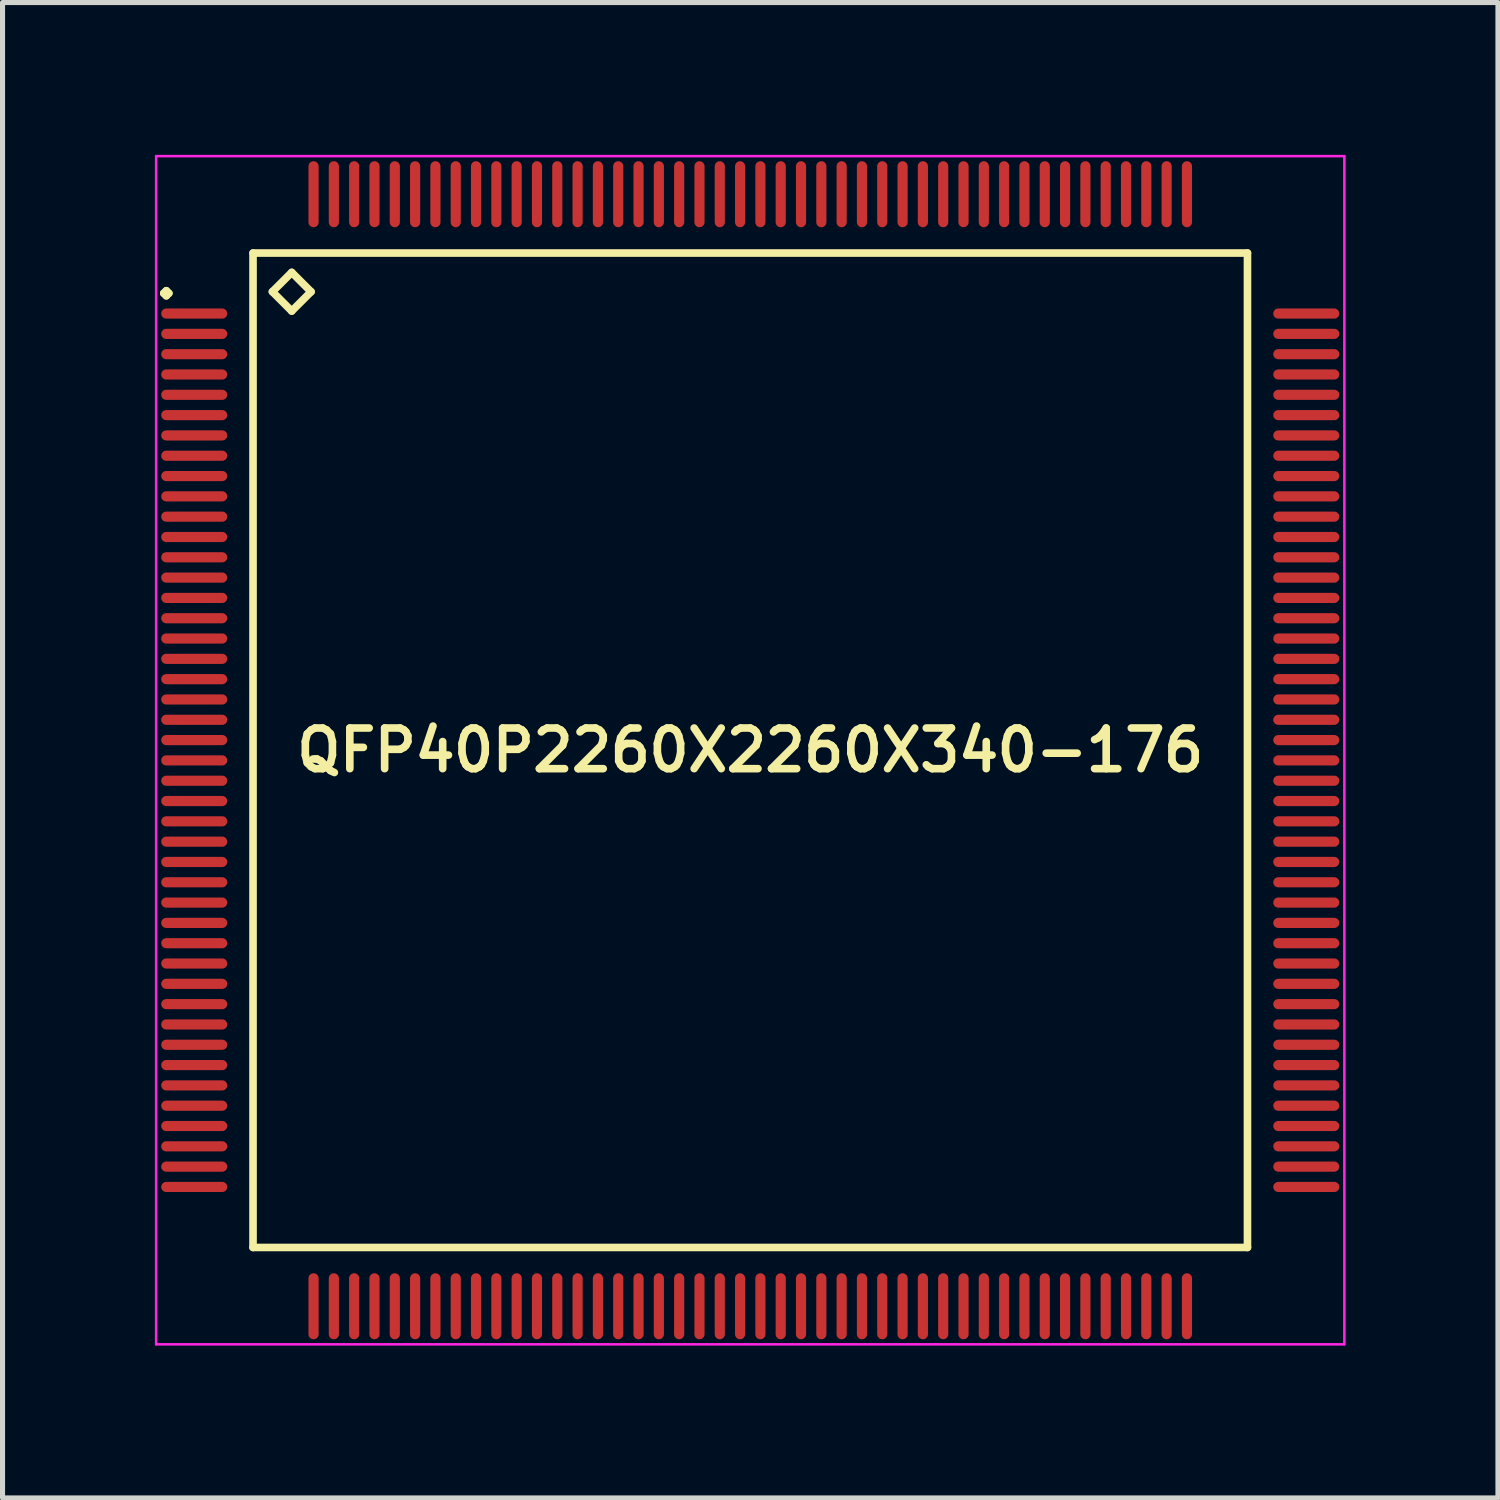
<source format=kicad_pcb>
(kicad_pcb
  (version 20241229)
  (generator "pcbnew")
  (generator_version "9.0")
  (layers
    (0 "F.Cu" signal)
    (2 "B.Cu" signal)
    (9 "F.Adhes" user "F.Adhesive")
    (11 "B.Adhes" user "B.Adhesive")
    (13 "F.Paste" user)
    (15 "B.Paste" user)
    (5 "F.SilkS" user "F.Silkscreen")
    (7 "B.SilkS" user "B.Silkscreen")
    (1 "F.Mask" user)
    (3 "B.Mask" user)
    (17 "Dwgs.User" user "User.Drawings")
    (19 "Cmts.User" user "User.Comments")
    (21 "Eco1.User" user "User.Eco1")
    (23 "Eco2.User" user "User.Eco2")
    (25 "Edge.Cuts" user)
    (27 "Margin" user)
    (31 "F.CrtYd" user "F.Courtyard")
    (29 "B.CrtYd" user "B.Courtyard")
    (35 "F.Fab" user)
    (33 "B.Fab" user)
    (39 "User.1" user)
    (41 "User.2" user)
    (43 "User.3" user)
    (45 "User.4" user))
  (footprint "QFP40P2260X2260X340-176"
    (layer "F.Cu")
    (at 11.725 11.725)
    (property "Reference" "QFP40P2260X2260X340-176" (at 0 0 0) (layer "F.SilkS") (effects (font (size 0.8 0.8) (thickness 0.15))))
    (attr smd)
    (fp_line (start -11.55 -9) (end -11.5 -9.05) (stroke (width 0.15) (type solid)) (layer "F.SilkS"))
    (fp_line (start -11.5 -9.05) (end -11.45 -9) (stroke (width 0.15) (type solid)) (layer "F.SilkS"))
    (fp_line (start -11.5 -8.95) (end -11.55 -9) (stroke (width 0.15) (type solid)) (layer "F.SilkS"))
    (fp_line (start -11.45 -9) (end -11.5 -8.95) (stroke (width 0.15) (type solid)) (layer "F.SilkS"))
    (fp_line (start -9.792 -9.792) (end -9.792 9.792) (stroke (width 0.15) (type solid)) (layer "F.SilkS"))
    (fp_line (start -9.792 9.792) (end 9.792 9.792) (stroke (width 0.15) (type solid)) (layer "F.SilkS"))
    (fp_line (start -9.411 -9.03) (end -9.03 -9.411) (stroke (width 0.15) (type solid)) (layer "F.SilkS"))
    (fp_line (start -9.03 -9.411) (end -8.649 -9.03) (stroke (width 0.15) (type solid)) (layer "F.SilkS"))
    (fp_line (start -9.03 -8.649) (end -9.411 -9.03) (stroke (width 0.15) (type solid)) (layer "F.SilkS"))
    (fp_line (start -8.649 -9.03) (end -9.03 -8.649) (stroke (width 0.15) (type solid)) (layer "F.SilkS"))
    (fp_line (start 9.792 -9.792) (end -9.792 -9.792) (stroke (width 0.15) (type solid)) (layer "F.SilkS"))
    (fp_line (start 9.792 9.792) (end 9.792 -9.792) (stroke (width 0.15) (type solid)) (layer "F.SilkS"))
    (fp_line (start -11.7 -11.7) (end 11.7 -11.7) (stroke (width 0.05) (type solid)) (layer "F.CrtYd"))
    (fp_line (start -11.7 11.7) (end -11.7 -11.7) (stroke (width 0.05) (type solid)) (layer "F.CrtYd"))
    (fp_line (start 11.7 -11.7) (end 11.7 11.7) (stroke (width 0.05) (type solid)) (layer "F.CrtYd"))
    (fp_line (start 11.7 11.7) (end -11.7 11.7) (stroke (width 0.05) (type solid)) (layer "F.CrtYd"))
    (pad "1" smd oval (at -10.95 -8.6) (size 1.3 0.2) (layers "F.Cu" "F.Mask" "F.Paste"))
    (pad "2" smd oval (at -10.95 -8.2) (size 1.3 0.2) (layers "F.Cu" "F.Mask" "F.Paste"))
    (pad "3" smd oval (at -10.95 -7.8) (size 1.3 0.2) (layers "F.Cu" "F.Mask" "F.Paste"))
    (pad "4" smd oval (at -10.95 -7.4) (size 1.3 0.2) (layers "F.Cu" "F.Mask" "F.Paste"))
    (pad "5" smd oval (at -10.95 -7) (size 1.3 0.2) (layers "F.Cu" "F.Mask" "F.Paste"))
    (pad "6" smd oval (at -10.95 -6.6) (size 1.3 0.2) (layers "F.Cu" "F.Mask" "F.Paste"))
    (pad "7" smd oval (at -10.95 -6.2) (size 1.3 0.2) (layers "F.Cu" "F.Mask" "F.Paste"))
    (pad "8" smd oval (at -10.95 -5.8) (size 1.3 0.2) (layers "F.Cu" "F.Mask" "F.Paste"))
    (pad "9" smd oval (at -10.95 -5.4) (size 1.3 0.2) (layers "F.Cu" "F.Mask" "F.Paste"))
    (pad "10" smd oval (at -10.95 -5) (size 1.3 0.2) (layers "F.Cu" "F.Mask" "F.Paste"))
    (pad "11" smd oval (at -10.95 -4.6) (size 1.3 0.2) (layers "F.Cu" "F.Mask" "F.Paste"))
    (pad "12" smd oval (at -10.95 -4.2) (size 1.3 0.2) (layers "F.Cu" "F.Mask" "F.Paste"))
    (pad "13" smd oval (at -10.95 -3.8) (size 1.3 0.2) (layers "F.Cu" "F.Mask" "F.Paste"))
    (pad "14" smd oval (at -10.95 -3.4) (size 1.3 0.2) (layers "F.Cu" "F.Mask" "F.Paste"))
    (pad "15" smd oval (at -10.95 -3) (size 1.3 0.2) (layers "F.Cu" "F.Mask" "F.Paste"))
    (pad "16" smd oval (at -10.95 -2.6) (size 1.3 0.2) (layers "F.Cu" "F.Mask" "F.Paste"))
    (pad "17" smd oval (at -10.95 -2.2) (size 1.3 0.2) (layers "F.Cu" "F.Mask" "F.Paste"))
    (pad "18" smd oval (at -10.95 -1.8) (size 1.3 0.2) (layers "F.Cu" "F.Mask" "F.Paste"))
    (pad "19" smd oval (at -10.95 -1.4) (size 1.3 0.2) (layers "F.Cu" "F.Mask" "F.Paste"))
    (pad "20" smd oval (at -10.95 -1) (size 1.3 0.2) (layers "F.Cu" "F.Mask" "F.Paste"))
    (pad "21" smd oval (at -10.95 -0.6) (size 1.3 0.2) (layers "F.Cu" "F.Mask" "F.Paste"))
    (pad "22" smd oval (at -10.95 -0.2) (size 1.3 0.2) (layers "F.Cu" "F.Mask" "F.Paste"))
    (pad "23" smd oval (at -10.95 0.2) (size 1.3 0.2) (layers "F.Cu" "F.Mask" "F.Paste"))
    (pad "24" smd oval (at -10.95 0.6) (size 1.3 0.2) (layers "F.Cu" "F.Mask" "F.Paste"))
    (pad "25" smd oval (at -10.95 1) (size 1.3 0.2) (layers "F.Cu" "F.Mask" "F.Paste"))
    (pad "26" smd oval (at -10.95 1.4) (size 1.3 0.2) (layers "F.Cu" "F.Mask" "F.Paste"))
    (pad "27" smd oval (at -10.95 1.8) (size 1.3 0.2) (layers "F.Cu" "F.Mask" "F.Paste"))
    (pad "28" smd oval (at -10.95 2.2) (size 1.3 0.2) (layers "F.Cu" "F.Mask" "F.Paste"))
    (pad "29" smd oval (at -10.95 2.6) (size 1.3 0.2) (layers "F.Cu" "F.Mask" "F.Paste"))
    (pad "30" smd oval (at -10.95 3) (size 1.3 0.2) (layers "F.Cu" "F.Mask" "F.Paste"))
    (pad "31" smd oval (at -10.95 3.4) (size 1.3 0.2) (layers "F.Cu" "F.Mask" "F.Paste"))
    (pad "32" smd oval (at -10.95 3.8) (size 1.3 0.2) (layers "F.Cu" "F.Mask" "F.Paste"))
    (pad "33" smd oval (at -10.95 4.2) (size 1.3 0.2) (layers "F.Cu" "F.Mask" "F.Paste"))
    (pad "34" smd oval (at -10.95 4.6) (size 1.3 0.2) (layers "F.Cu" "F.Mask" "F.Paste"))
    (pad "35" smd oval (at -10.95 5) (size 1.3 0.2) (layers "F.Cu" "F.Mask" "F.Paste"))
    (pad "36" smd oval (at -10.95 5.4) (size 1.3 0.2) (layers "F.Cu" "F.Mask" "F.Paste"))
    (pad "37" smd oval (at -10.95 5.8) (size 1.3 0.2) (layers "F.Cu" "F.Mask" "F.Paste"))
    (pad "38" smd oval (at -10.95 6.2) (size 1.3 0.2) (layers "F.Cu" "F.Mask" "F.Paste"))
    (pad "39" smd oval (at -10.95 6.6) (size 1.3 0.2) (layers "F.Cu" "F.Mask" "F.Paste"))
    (pad "40" smd oval (at -10.95 7) (size 1.3 0.2) (layers "F.Cu" "F.Mask" "F.Paste"))
    (pad "41" smd oval (at -10.95 7.4) (size 1.3 0.2) (layers "F.Cu" "F.Mask" "F.Paste"))
    (pad "42" smd oval (at -10.95 7.8) (size 1.3 0.2) (layers "F.Cu" "F.Mask" "F.Paste"))
    (pad "43" smd oval (at -10.95 8.2) (size 1.3 0.2) (layers "F.Cu" "F.Mask" "F.Paste"))
    (pad "44" smd oval (at -10.95 8.6) (size 1.3 0.2) (layers "F.Cu" "F.Mask" "F.Paste"))
    (pad "45" smd oval (at -8.6 10.95) (size 0.2 1.3) (layers "F.Cu" "F.Mask" "F.Paste"))
    (pad "46" smd oval (at -8.2 10.95) (size 0.2 1.3) (layers "F.Cu" "F.Mask" "F.Paste"))
    (pad "47" smd oval (at -7.8 10.95) (size 0.2 1.3) (layers "F.Cu" "F.Mask" "F.Paste"))
    (pad "48" smd oval (at -7.4 10.95) (size 0.2 1.3) (layers "F.Cu" "F.Mask" "F.Paste"))
    (pad "49" smd oval (at -7 10.95) (size 0.2 1.3) (layers "F.Cu" "F.Mask" "F.Paste"))
    (pad "50" smd oval (at -6.6 10.95) (size 0.2 1.3) (layers "F.Cu" "F.Mask" "F.Paste"))
    (pad "51" smd oval (at -6.2 10.95) (size 0.2 1.3) (layers "F.Cu" "F.Mask" "F.Paste"))
    (pad "52" smd oval (at -5.8 10.95) (size 0.2 1.3) (layers "F.Cu" "F.Mask" "F.Paste"))
    (pad "53" smd oval (at -5.4 10.95) (size 0.2 1.3) (layers "F.Cu" "F.Mask" "F.Paste"))
    (pad "54" smd oval (at -5 10.95) (size 0.2 1.3) (layers "F.Cu" "F.Mask" "F.Paste"))
    (pad "55" smd oval (at -4.6 10.95) (size 0.2 1.3) (layers "F.Cu" "F.Mask" "F.Paste"))
    (pad "56" smd oval (at -4.2 10.95) (size 0.2 1.3) (layers "F.Cu" "F.Mask" "F.Paste"))
    (pad "57" smd oval (at -3.8 10.95) (size 0.2 1.3) (layers "F.Cu" "F.Mask" "F.Paste"))
    (pad "58" smd oval (at -3.4 10.95) (size 0.2 1.3) (layers "F.Cu" "F.Mask" "F.Paste"))
    (pad "59" smd oval (at -3 10.95) (size 0.2 1.3) (layers "F.Cu" "F.Mask" "F.Paste"))
    (pad "60" smd oval (at -2.6 10.95) (size 0.2 1.3) (layers "F.Cu" "F.Mask" "F.Paste"))
    (pad "61" smd oval (at -2.2 10.95) (size 0.2 1.3) (layers "F.Cu" "F.Mask" "F.Paste"))
    (pad "62" smd oval (at -1.8 10.95) (size 0.2 1.3) (layers "F.Cu" "F.Mask" "F.Paste"))
    (pad "63" smd oval (at -1.4 10.95) (size 0.2 1.3) (layers "F.Cu" "F.Mask" "F.Paste"))
    (pad "64" smd oval (at -1 10.95) (size 0.2 1.3) (layers "F.Cu" "F.Mask" "F.Paste"))
    (pad "65" smd oval (at -0.6 10.95) (size 0.2 1.3) (layers "F.Cu" "F.Mask" "F.Paste"))
    (pad "66" smd oval (at -0.2 10.95) (size 0.2 1.3) (layers "F.Cu" "F.Mask" "F.Paste"))
    (pad "67" smd oval (at 0.2 10.95) (size 0.2 1.3) (layers "F.Cu" "F.Mask" "F.Paste"))
    (pad "68" smd oval (at 0.6 10.95) (size 0.2 1.3) (layers "F.Cu" "F.Mask" "F.Paste"))
    (pad "69" smd oval (at 1 10.95) (size 0.2 1.3) (layers "F.Cu" "F.Mask" "F.Paste"))
    (pad "70" smd oval (at 1.4 10.95) (size 0.2 1.3) (layers "F.Cu" "F.Mask" "F.Paste"))
    (pad "71" smd oval (at 1.8 10.95) (size 0.2 1.3) (layers "F.Cu" "F.Mask" "F.Paste"))
    (pad "72" smd oval (at 2.2 10.95) (size 0.2 1.3) (layers "F.Cu" "F.Mask" "F.Paste"))
    (pad "73" smd oval (at 2.6 10.95) (size 0.2 1.3) (layers "F.Cu" "F.Mask" "F.Paste"))
    (pad "74" smd oval (at 3 10.95) (size 0.2 1.3) (layers "F.Cu" "F.Mask" "F.Paste"))
    (pad "75" smd oval (at 3.4 10.95) (size 0.2 1.3) (layers "F.Cu" "F.Mask" "F.Paste"))
    (pad "76" smd oval (at 3.8 10.95) (size 0.2 1.3) (layers "F.Cu" "F.Mask" "F.Paste"))
    (pad "77" smd oval (at 4.2 10.95) (size 0.2 1.3) (layers "F.Cu" "F.Mask" "F.Paste"))
    (pad "78" smd oval (at 4.6 10.95) (size 0.2 1.3) (layers "F.Cu" "F.Mask" "F.Paste"))
    (pad "79" smd oval (at 5 10.95) (size 0.2 1.3) (layers "F.Cu" "F.Mask" "F.Paste"))
    (pad "80" smd oval (at 5.4 10.95) (size 0.2 1.3) (layers "F.Cu" "F.Mask" "F.Paste"))
    (pad "81" smd oval (at 5.8 10.95) (size 0.2 1.3) (layers "F.Cu" "F.Mask" "F.Paste"))
    (pad "82" smd oval (at 6.2 10.95) (size 0.2 1.3) (layers "F.Cu" "F.Mask" "F.Paste"))
    (pad "83" smd oval (at 6.6 10.95) (size 0.2 1.3) (layers "F.Cu" "F.Mask" "F.Paste"))
    (pad "84" smd oval (at 7 10.95) (size 0.2 1.3) (layers "F.Cu" "F.Mask" "F.Paste"))
    (pad "85" smd oval (at 7.4 10.95) (size 0.2 1.3) (layers "F.Cu" "F.Mask" "F.Paste"))
    (pad "86" smd oval (at 7.8 10.95) (size 0.2 1.3) (layers "F.Cu" "F.Mask" "F.Paste"))
    (pad "87" smd oval (at 8.2 10.95) (size 0.2 1.3) (layers "F.Cu" "F.Mask" "F.Paste"))
    (pad "88" smd oval (at 8.6 10.95) (size 0.2 1.3) (layers "F.Cu" "F.Mask" "F.Paste"))
    (pad "89" smd oval (at 10.95 8.6) (size 1.3 0.2) (layers "F.Cu" "F.Mask" "F.Paste"))
    (pad "90" smd oval (at 10.95 8.2) (size 1.3 0.2) (layers "F.Cu" "F.Mask" "F.Paste"))
    (pad "91" smd oval (at 10.95 7.8) (size 1.3 0.2) (layers "F.Cu" "F.Mask" "F.Paste"))
    (pad "92" smd oval (at 10.95 7.4) (size 1.3 0.2) (layers "F.Cu" "F.Mask" "F.Paste"))
    (pad "93" smd oval (at 10.95 7) (size 1.3 0.2) (layers "F.Cu" "F.Mask" "F.Paste"))
    (pad "94" smd oval (at 10.95 6.6) (size 1.3 0.2) (layers "F.Cu" "F.Mask" "F.Paste"))
    (pad "95" smd oval (at 10.95 6.2) (size 1.3 0.2) (layers "F.Cu" "F.Mask" "F.Paste"))
    (pad "96" smd oval (at 10.95 5.8) (size 1.3 0.2) (layers "F.Cu" "F.Mask" "F.Paste"))
    (pad "97" smd oval (at 10.95 5.4) (size 1.3 0.2) (layers "F.Cu" "F.Mask" "F.Paste"))
    (pad "98" smd oval (at 10.95 5) (size 1.3 0.2) (layers "F.Cu" "F.Mask" "F.Paste"))
    (pad "99" smd oval (at 10.95 4.6) (size 1.3 0.2) (layers "F.Cu" "F.Mask" "F.Paste"))
    (pad "100" smd oval (at 10.95 4.2) (size 1.3 0.2) (layers "F.Cu" "F.Mask" "F.Paste"))
    (pad "101" smd oval (at 10.95 3.8) (size 1.3 0.2) (layers "F.Cu" "F.Mask" "F.Paste"))
    (pad "102" smd oval (at 10.95 3.4) (size 1.3 0.2) (layers "F.Cu" "F.Mask" "F.Paste"))
    (pad "103" smd oval (at 10.95 3) (size 1.3 0.2) (layers "F.Cu" "F.Mask" "F.Paste"))
    (pad "104" smd oval (at 10.95 2.6) (size 1.3 0.2) (layers "F.Cu" "F.Mask" "F.Paste"))
    (pad "105" smd oval (at 10.95 2.2) (size 1.3 0.2) (layers "F.Cu" "F.Mask" "F.Paste"))
    (pad "106" smd oval (at 10.95 1.8) (size 1.3 0.2) (layers "F.Cu" "F.Mask" "F.Paste"))
    (pad "107" smd oval (at 10.95 1.4) (size 1.3 0.2) (layers "F.Cu" "F.Mask" "F.Paste"))
    (pad "108" smd oval (at 10.95 1) (size 1.3 0.2) (layers "F.Cu" "F.Mask" "F.Paste"))
    (pad "109" smd oval (at 10.95 0.6) (size 1.3 0.2) (layers "F.Cu" "F.Mask" "F.Paste"))
    (pad "110" smd oval (at 10.95 0.2) (size 1.3 0.2) (layers "F.Cu" "F.Mask" "F.Paste"))
    (pad "111" smd oval (at 10.95 -0.2) (size 1.3 0.2) (layers "F.Cu" "F.Mask" "F.Paste"))
    (pad "112" smd oval (at 10.95 -0.6) (size 1.3 0.2) (layers "F.Cu" "F.Mask" "F.Paste"))
    (pad "113" smd oval (at 10.95 -1) (size 1.3 0.2) (layers "F.Cu" "F.Mask" "F.Paste"))
    (pad "114" smd oval (at 10.95 -1.4) (size 1.3 0.2) (layers "F.Cu" "F.Mask" "F.Paste"))
    (pad "115" smd oval (at 10.95 -1.8) (size 1.3 0.2) (layers "F.Cu" "F.Mask" "F.Paste"))
    (pad "116" smd oval (at 10.95 -2.2) (size 1.3 0.2) (layers "F.Cu" "F.Mask" "F.Paste"))
    (pad "117" smd oval (at 10.95 -2.6) (size 1.3 0.2) (layers "F.Cu" "F.Mask" "F.Paste"))
    (pad "118" smd oval (at 10.95 -3) (size 1.3 0.2) (layers "F.Cu" "F.Mask" "F.Paste"))
    (pad "119" smd oval (at 10.95 -3.4) (size 1.3 0.2) (layers "F.Cu" "F.Mask" "F.Paste"))
    (pad "120" smd oval (at 10.95 -3.8) (size 1.3 0.2) (layers "F.Cu" "F.Mask" "F.Paste"))
    (pad "121" smd oval (at 10.95 -4.2) (size 1.3 0.2) (layers "F.Cu" "F.Mask" "F.Paste"))
    (pad "122" smd oval (at 10.95 -4.6) (size 1.3 0.2) (layers "F.Cu" "F.Mask" "F.Paste"))
    (pad "123" smd oval (at 10.95 -5) (size 1.3 0.2) (layers "F.Cu" "F.Mask" "F.Paste"))
    (pad "124" smd oval (at 10.95 -5.4) (size 1.3 0.2) (layers "F.Cu" "F.Mask" "F.Paste"))
    (pad "125" smd oval (at 10.95 -5.8) (size 1.3 0.2) (layers "F.Cu" "F.Mask" "F.Paste"))
    (pad "126" smd oval (at 10.95 -6.2) (size 1.3 0.2) (layers "F.Cu" "F.Mask" "F.Paste"))
    (pad "127" smd oval (at 10.95 -6.6) (size 1.3 0.2) (layers "F.Cu" "F.Mask" "F.Paste"))
    (pad "128" smd oval (at 10.95 -7) (size 1.3 0.2) (layers "F.Cu" "F.Mask" "F.Paste"))
    (pad "129" smd oval (at 10.95 -7.4) (size 1.3 0.2) (layers "F.Cu" "F.Mask" "F.Paste"))
    (pad "130" smd oval (at 10.95 -7.8) (size 1.3 0.2) (layers "F.Cu" "F.Mask" "F.Paste"))
    (pad "131" smd oval (at 10.95 -8.2) (size 1.3 0.2) (layers "F.Cu" "F.Mask" "F.Paste"))
    (pad "132" smd oval (at 10.95 -8.6) (size 1.3 0.2) (layers "F.Cu" "F.Mask" "F.Paste"))
    (pad "133" smd oval (at 8.6 -10.95) (size 0.2 1.3) (layers "F.Cu" "F.Mask" "F.Paste"))
    (pad "134" smd oval (at 8.2 -10.95) (size 0.2 1.3) (layers "F.Cu" "F.Mask" "F.Paste"))
    (pad "135" smd oval (at 7.8 -10.95) (size 0.2 1.3) (layers "F.Cu" "F.Mask" "F.Paste"))
    (pad "136" smd oval (at 7.4 -10.95) (size 0.2 1.3) (layers "F.Cu" "F.Mask" "F.Paste"))
    (pad "137" smd oval (at 7 -10.95) (size 0.2 1.3) (layers "F.Cu" "F.Mask" "F.Paste"))
    (pad "138" smd oval (at 6.6 -10.95) (size 0.2 1.3) (layers "F.Cu" "F.Mask" "F.Paste"))
    (pad "139" smd oval (at 6.2 -10.95) (size 0.2 1.3) (layers "F.Cu" "F.Mask" "F.Paste"))
    (pad "140" smd oval (at 5.8 -10.95) (size 0.2 1.3) (layers "F.Cu" "F.Mask" "F.Paste"))
    (pad "141" smd oval (at 5.4 -10.95) (size 0.2 1.3) (layers "F.Cu" "F.Mask" "F.Paste"))
    (pad "142" smd oval (at 5 -10.95) (size 0.2 1.3) (layers "F.Cu" "F.Mask" "F.Paste"))
    (pad "143" smd oval (at 4.6 -10.95) (size 0.2 1.3) (layers "F.Cu" "F.Mask" "F.Paste"))
    (pad "144" smd oval (at 4.2 -10.95) (size 0.2 1.3) (layers "F.Cu" "F.Mask" "F.Paste"))
    (pad "145" smd oval (at 3.8 -10.95) (size 0.2 1.3) (layers "F.Cu" "F.Mask" "F.Paste"))
    (pad "146" smd oval (at 3.4 -10.95) (size 0.2 1.3) (layers "F.Cu" "F.Mask" "F.Paste"))
    (pad "147" smd oval (at 3 -10.95) (size 0.2 1.3) (layers "F.Cu" "F.Mask" "F.Paste"))
    (pad "148" smd oval (at 2.6 -10.95) (size 0.2 1.3) (layers "F.Cu" "F.Mask" "F.Paste"))
    (pad "149" smd oval (at 2.2 -10.95) (size 0.2 1.3) (layers "F.Cu" "F.Mask" "F.Paste"))
    (pad "150" smd oval (at 1.8 -10.95) (size 0.2 1.3) (layers "F.Cu" "F.Mask" "F.Paste"))
    (pad "151" smd oval (at 1.4 -10.95) (size 0.2 1.3) (layers "F.Cu" "F.Mask" "F.Paste"))
    (pad "152" smd oval (at 1 -10.95) (size 0.2 1.3) (layers "F.Cu" "F.Mask" "F.Paste"))
    (pad "153" smd oval (at 0.6 -10.95) (size 0.2 1.3) (layers "F.Cu" "F.Mask" "F.Paste"))
    (pad "154" smd oval (at 0.2 -10.95) (size 0.2 1.3) (layers "F.Cu" "F.Mask" "F.Paste"))
    (pad "155" smd oval (at -0.2 -10.95) (size 0.2 1.3) (layers "F.Cu" "F.Mask" "F.Paste"))
    (pad "156" smd oval (at -0.6 -10.95) (size 0.2 1.3) (layers "F.Cu" "F.Mask" "F.Paste"))
    (pad "157" smd oval (at -1 -10.95) (size 0.2 1.3) (layers "F.Cu" "F.Mask" "F.Paste"))
    (pad "158" smd oval (at -1.4 -10.95) (size 0.2 1.3) (layers "F.Cu" "F.Mask" "F.Paste"))
    (pad "159" smd oval (at -1.8 -10.95) (size 0.2 1.3) (layers "F.Cu" "F.Mask" "F.Paste"))
    (pad "160" smd oval (at -2.2 -10.95) (size 0.2 1.3) (layers "F.Cu" "F.Mask" "F.Paste"))
    (pad "161" smd oval (at -2.6 -10.95) (size 0.2 1.3) (layers "F.Cu" "F.Mask" "F.Paste"))
    (pad "162" smd oval (at -3 -10.95) (size 0.2 1.3) (layers "F.Cu" "F.Mask" "F.Paste"))
    (pad "163" smd oval (at -3.4 -10.95) (size 0.2 1.3) (layers "F.Cu" "F.Mask" "F.Paste"))
    (pad "164" smd oval (at -3.8 -10.95) (size 0.2 1.3) (layers "F.Cu" "F.Mask" "F.Paste"))
    (pad "165" smd oval (at -4.2 -10.95) (size 0.2 1.3) (layers "F.Cu" "F.Mask" "F.Paste"))
    (pad "166" smd oval (at -4.6 -10.95) (size 0.2 1.3) (layers "F.Cu" "F.Mask" "F.Paste"))
    (pad "167" smd oval (at -5 -10.95) (size 0.2 1.3) (layers "F.Cu" "F.Mask" "F.Paste"))
    (pad "168" smd oval (at -5.4 -10.95) (size 0.2 1.3) (layers "F.Cu" "F.Mask" "F.Paste"))
    (pad "169" smd oval (at -5.8 -10.95) (size 0.2 1.3) (layers "F.Cu" "F.Mask" "F.Paste"))
    (pad "170" smd oval (at -6.2 -10.95) (size 0.2 1.3) (layers "F.Cu" "F.Mask" "F.Paste"))
    (pad "171" smd oval (at -6.6 -10.95) (size 0.2 1.3) (layers "F.Cu" "F.Mask" "F.Paste"))
    (pad "172" smd oval (at -7 -10.95) (size 0.2 1.3) (layers "F.Cu" "F.Mask" "F.Paste"))
    (pad "173" smd oval (at -7.4 -10.95) (size 0.2 1.3) (layers "F.Cu" "F.Mask" "F.Paste"))
    (pad "174" smd oval (at -7.8 -10.95) (size 0.2 1.3) (layers "F.Cu" "F.Mask" "F.Paste"))
    (pad "175" smd oval (at -8.2 -10.95) (size 0.2 1.3) (layers "F.Cu" "F.Mask" "F.Paste"))
    (pad "176" smd oval (at -8.6 -10.95) (size 0.2 1.3) (layers "F.Cu" "F.Mask" "F.Paste")))
  (gr_rect
    (start -3 -3)
    (end 26.45 26.45)
    (stroke (width 0.1) (type default))
    (fill no)
    (layer "Edge.Cuts")))
</source>
